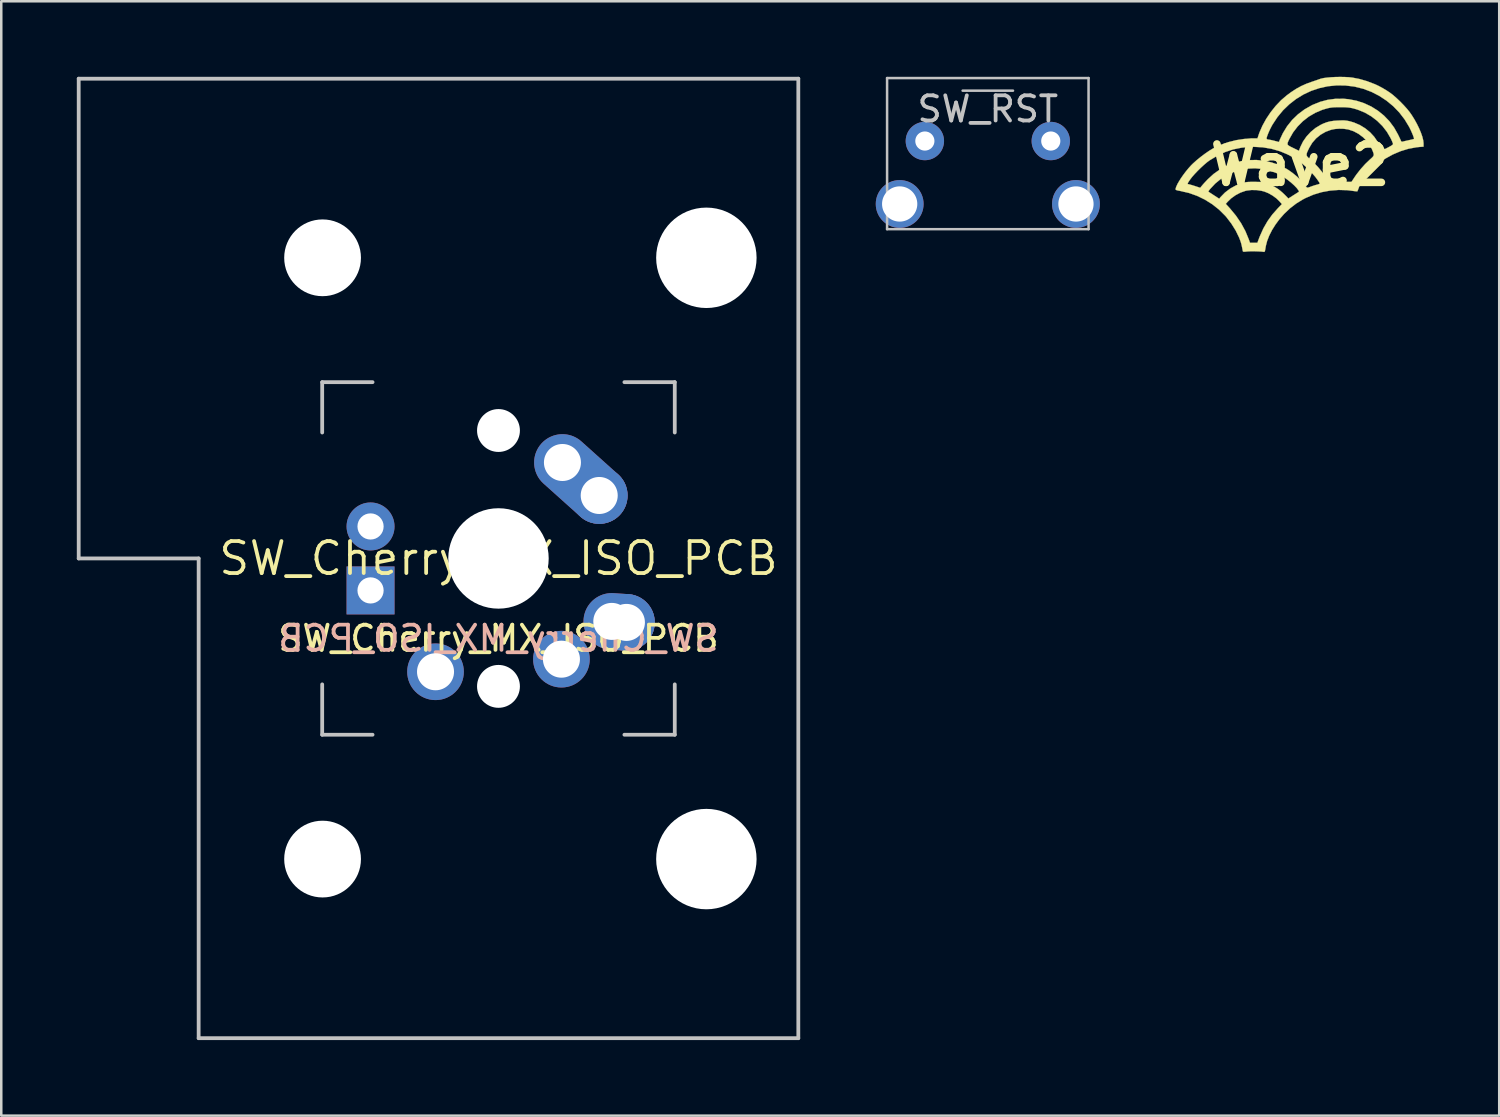
<source format=kicad_pcb>
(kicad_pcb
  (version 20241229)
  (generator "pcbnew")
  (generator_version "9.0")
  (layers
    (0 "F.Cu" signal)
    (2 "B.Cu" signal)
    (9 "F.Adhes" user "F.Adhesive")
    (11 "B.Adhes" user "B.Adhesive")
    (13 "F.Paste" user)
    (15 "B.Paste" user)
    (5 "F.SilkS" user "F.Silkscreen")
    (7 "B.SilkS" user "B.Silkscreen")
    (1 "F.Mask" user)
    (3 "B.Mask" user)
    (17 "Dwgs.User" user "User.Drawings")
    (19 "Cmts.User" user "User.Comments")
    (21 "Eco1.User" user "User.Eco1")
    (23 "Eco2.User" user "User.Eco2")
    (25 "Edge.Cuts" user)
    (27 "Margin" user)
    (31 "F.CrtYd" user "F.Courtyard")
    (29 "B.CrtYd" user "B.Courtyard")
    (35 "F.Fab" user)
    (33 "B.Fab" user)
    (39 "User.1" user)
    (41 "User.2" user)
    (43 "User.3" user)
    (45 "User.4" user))
  (footprint "SW_RST"
    (layer "F.Cu")
    (at 36.175 2.55)
    (property "Reference" "SW_RST" (at 0 -1.27 0) (layer "Dwgs.User") (effects (font (size 1 1) (thickness 0.15))))
    (attr through_hole)
    (fp_line (start -4 -2.5) (end -4 3.5) (stroke (width 0.1) (type solid)) (layer "Dwgs.User"))
    (fp_line (start -4 -2.5) (end 4 -2.5) (stroke (width 0.1) (type solid)) (layer "Dwgs.User"))
    (fp_line (start -4 3.5) (end 4 3.5) (stroke (width 0.1) (type solid)) (layer "Dwgs.User"))
    (fp_line (start -1 -2) (end 1 -2) (stroke (width 0.1) (type solid)) (layer "Dwgs.User"))
    (fp_line (start 4 3.5) (end 4 -2.5) (stroke (width 0.1) (type solid)) (layer "Dwgs.User"))
    (pad "1" thru_hole circle (at -2.5 0) (size 1.524 1.524) (drill 0.762) (layers "*.Cu" "*.Mask"))
    (pad "2" thru_hole circle (at 2.5 0) (size 1.524 1.524) (drill 0.762) (layers "*.Cu" "*.Mask"))
    (pad "3" thru_hole circle (at -3.5 2.5) (size 1.9 1.9) (drill 1.4) (layers "*.Cu" "*.Mask"))
    (pad "3" thru_hole circle (at 3.5 2.5) (size 1.9 1.9) (drill 1.4) (layers "*.Cu" "*.Mask")))
  (footprint "Wave2"
    (layer "F.Cu")
    (at 48.574 3.501)
    (property "Reference" "Wave2" (at 0 0 0) (layer "F.SilkS") (effects (font (size 1.524 1.524) (thickness 0.3))))
    (attr through_hole)
    (fp_poly (pts (xy 1.41 -3.493) (xy 1.237 -3.484) (xy 1.077 -3.47) (xy 0.939 -3.452) (xy 0.83 -3.428) (xy 0.776 -3.41) (xy 0.73 -3.393) (xy 0.656 -3.367) (xy 0.565 -3.336) (xy 0.475 -3.306) (xy 0.25 -3.225) (xy 0.043 -3.132) (xy -0.157 -3.022) (xy -0.361 -2.888) (xy -0.529 -2.764) (xy -0.753 -2.572) (xy -0.967 -2.347) (xy -1.166 -2.098) (xy -1.344 -1.833) (xy -1.495 -1.559) (xy -1.615 -1.284) (xy -1.647 -1.19) (xy -1.693 -1.051) (xy -1.902 -1.051) (xy -2.218 -1.034) (xy -2.538 -0.985) (xy -2.854 -0.906) (xy -3.154 -0.8) (xy -3.431 -0.67) (xy -3.461 -0.653) (xy -3.612 -0.561) (xy -3.777 -0.447) (xy -3.945 -0.321) (xy -4.106 -0.19) (xy -4.248 -0.063) (xy -4.327 0.015) (xy -4.434 0.134) (xy -4.54 0.264) (xy -4.641 0.398) (xy -4.733 0.531) (xy -4.813 0.659) (xy -4.877 0.774) (xy -4.921 0.872) (xy -4.943 0.947) (xy -4.944 0.964) (xy -4.937 0.982) (xy -4.911 0.997) (xy -4.861 1.012) (xy -4.778 1.028) (xy -4.741 1.035) (xy -4.41 1.112) (xy -4.087 1.227) (xy -3.778 1.377) (xy -3.486 1.56) (xy -3.217 1.773) (xy -2.976 2.012) (xy -2.926 2.069) (xy -2.726 2.331) (xy -2.556 2.604) (xy -2.421 2.881) (xy -2.384 2.977) (xy -2.358 3.05) (xy -2.336 3.123) (xy -2.316 3.205) (xy -2.295 3.308) (xy -2.275 3.411) (xy -2.269 3.432) (xy -2.253 3.443) (xy -2.22 3.445) (xy -2.16 3.441) (xy -2.107 3.435) (xy -2.034 3.43) (xy -1.938 3.427) (xy -1.83 3.427) (xy -1.718 3.43) (xy -1.612 3.434) (xy -1.522 3.44) (xy -1.457 3.447) (xy -1.432 3.453) (xy -1.408 3.444) (xy -1.393 3.406) (xy -1.383 3.354) (xy -1.37 3.28) (xy -1.359 3.215) (xy -1.308 3.016) (xy -1.225 2.804) (xy -1.114 2.585) (xy -0.976 2.365) (xy -0.818 2.152) (xy -0.641 1.951) (xy -0.63 1.939) (xy -0.398 1.719) (xy -0.182 1.553) (xy -0.721 1.553) (xy -0.882 1.719) (xy -1.105 1.971) (xy -1.295 2.236) (xy -1.459 2.522) (xy -1.6 2.837) (xy -1.628 2.91) (xy -1.696 3.09) (xy -1.988 3.09) (xy -2.038 2.951) (xy -2.172 2.626) (xy -2.341 2.314) (xy -2.547 2.012) (xy -2.791 1.717) (xy -2.822 1.684) (xy -2.95 1.545) (xy -2.883 1.468) (xy -2.736 1.325) (xy -2.562 1.2) (xy -2.371 1.099) (xy -2.175 1.03) (xy -2.122 1.017) (xy -1.932 0.994) (xy -1.728 0.997) (xy -1.527 1.027) (xy -1.411 1.058) (xy -1.248 1.125) (xy -1.084 1.22) (xy -0.934 1.331) (xy -0.826 1.436) (xy -0.721 1.553) (xy -0.182 1.553) (xy -0.155 1.532) (xy 0.108 1.37) (xy 0.225 1.309) (xy 0.53 1.178) (xy 0.854 1.08) (xy 0.961 1.06) (xy -0.045 1.06) (xy -0.066 1.078) (xy -0.069 1.08) (xy -0.102 1.1) (xy -0.16 1.137) (xy -0.234 1.184) (xy -0.285 1.216) (xy -0.464 1.331) (xy -0.608 1.184) (xy -0.687 1.108) (xy -0.773 1.033) (xy -0.851 0.971) (xy -0.876 0.954) (xy -0.987 0.883) (xy -1.086 0.828) (xy -1.192 0.782) (xy -1.319 0.737) (xy -1.339 0.73) (xy -1.412 0.707) (xy -1.475 0.691) (xy -1.539 0.68) (xy -1.614 0.674) (xy -1.71 0.672) (xy -1.823 0.671) (xy -1.953 0.671) (xy -2.053 0.674) (xy -2.132 0.681) (xy -2.202 0.693) (xy -2.272 0.71) (xy -2.292 0.716) (xy -2.542 0.809) (xy -2.773 0.936) (xy -2.981 1.094) (xy -3.156 1.273) (xy -3.211 1.34) (xy -3.424 1.202) (xy -3.506 1.148) (xy -3.574 1.104) (xy -3.623 1.072) (xy -3.644 1.058) (xy -3.644 1.058) (xy -3.636 1.04) (xy -3.609 1) (xy -3.576 0.958) (xy -3.37 0.738) (xy -3.141 0.551) (xy -2.894 0.397) (xy -2.631 0.277) (xy -2.356 0.193) (xy -2.073 0.144) (xy -1.785 0.132) (xy -1.495 0.158) (xy -1.208 0.222) (xy -0.926 0.326) (xy -0.917 0.329) (xy -0.782 0.399) (xy -0.638 0.488) (xy -0.493 0.59) (xy -0.355 0.7) (xy -0.232 0.811) (xy -0.132 0.916) (xy -0.071 0.997) (xy -0.046 1.039) (xy -0.045 1.06) (xy 0.961 1.06) (xy 1.19 1.018) (xy 1.53 0.991) (xy 1.867 1.001) (xy 2.018 1.019) (xy 2.114 1.032) (xy 2.194 1.042) (xy 2.251 1.047) (xy 2.275 1.048) (xy 2.275 1.047) (xy 2.284 1.026) (xy 2.304 0.976) (xy 2.331 0.906) (xy 2.338 0.886) (xy 2.378 0.789) (xy 2.405 0.736) (xy 0.783 0.736) (xy 0.765 0.751) (xy 0.718 0.769) (xy 0.675 0.781) (xy 0.593 0.803) (xy 0.499 0.834) (xy 0.443 0.854) (xy 0.363 0.884) (xy 0.312 0.899) (xy 0.281 0.899) (xy 0.259 0.884) (xy 0.24 0.857) (xy 0.143 0.729) (xy 0.016 0.591) (xy -0.131 0.453) (xy -0.291 0.322) (xy -0.453 0.206) (xy -0.54 0.152) (xy -0.823 0.009) (xy -1.118 -0.097) (xy -1.419 -0.166) (xy -1.724 -0.198) (xy -2.029 -0.194) (xy -2.331 -0.154) (xy -2.626 -0.078) (xy -2.91 0.032) (xy -3.181 0.177) (xy -3.433 0.356) (xy -3.661 0.564) (xy -3.735 0.642) (xy -3.807 0.719) (xy -3.866 0.785) (xy -3.894 0.819) (xy -3.966 0.906) (xy -4.186 0.834) (xy -4.278 0.805) (xy -4.357 0.782) (xy -4.414 0.767) (xy -4.439 0.762) (xy -4.46 0.759) (xy -4.466 0.744) (xy -4.454 0.713) (xy -4.422 0.66) (xy -4.368 0.58) (xy -4.364 0.575) (xy -4.287 0.474) (xy -4.184 0.357) (xy -4.065 0.232) (xy -3.938 0.107) (xy -3.81 -0.01) (xy -3.691 -0.111) (xy -3.588 -0.187) (xy -3.584 -0.189) (xy -3.278 -0.372) (xy -2.969 -0.516) (xy -2.652 -0.62) (xy -2.323 -0.687) (xy -1.979 -0.718) (xy -1.841 -0.721) (xy -1.481 -0.701) (xy -1.132 -0.642) (xy -0.797 -0.545) (xy -0.477 -0.412) (xy -0.175 -0.242) (xy 0.107 -0.038) (xy 0.367 0.199) (xy 0.603 0.469) (xy 0.687 0.582) (xy 0.732 0.647) (xy 0.766 0.7) (xy 0.782 0.732) (xy 0.783 0.736) (xy 2.405 0.736) (xy 2.422 0.701) (xy 2.478 0.612) (xy 2.551 0.512) (xy 2.639 0.4) (xy 2.861 0.158) (xy 3.112 -0.061) (xy 3.386 -0.253) (xy 3.63 -0.388) (xy 2.924 -0.388) (xy 2.902 -0.341) (xy 2.855 -0.29) (xy 2.78 -0.222) (xy 2.774 -0.217) (xy 2.588 -0.039) (xy 2.405 0.165) (xy 2.237 0.38) (xy 2.172 0.474) (xy 2.042 0.67) (xy 1.143 0.67) (xy 1.011 0.47) (xy 0.871 0.274) (xy 0.711 0.081) (xy 0.543 -0.096) (xy 0.402 -0.226) (xy 0.333 -0.285) (xy 0.287 -0.332) (xy 0.262 -0.375) (xy 0.257 -0.422) (xy 0.272 -0.483) (xy 0.307 -0.563) (xy 0.36 -0.673) (xy 0.363 -0.68) (xy 0.483 -0.88) (xy 0.635 -1.055) (xy 0.814 -1.202) (xy 1.016 -1.318) (xy 1.236 -1.399) (xy 1.386 -1.429) (xy 1.557 -1.441) (xy 1.731 -1.437) (xy 1.89 -1.415) (xy 1.916 -1.41) (xy 2.126 -1.34) (xy 2.324 -1.234) (xy 2.505 -1.098) (xy 2.662 -0.935) (xy 2.79 -0.752) (xy 2.862 -0.608) (xy 2.901 -0.511) (xy 2.923 -0.441) (xy 2.924 -0.388) (xy 3.63 -0.388) (xy 3.68 -0.416) (xy 3.988 -0.547) (xy 4.304 -0.644) (xy 4.624 -0.703) (xy 4.742 -0.715) (xy 4.903 -0.727) (xy 4.903 -0.838) (xy 3.691 -0.838) (xy 3.686 -0.817) (xy 3.659 -0.791) (xy 3.607 -0.757) (xy 3.524 -0.711) (xy 3.471 -0.683) (xy 3.384 -0.639) (xy 3.311 -0.603) (xy 3.259 -0.58) (xy 3.235 -0.572) (xy 3.235 -0.572) (xy 3.223 -0.594) (xy 3.203 -0.643) (xy 3.181 -0.701) (xy 3.081 -0.917) (xy 2.947 -1.116) (xy 2.781 -1.297) (xy 2.589 -1.454) (xy 2.375 -1.585) (xy 2.143 -1.685) (xy 1.988 -1.731) (xy 1.904 -1.75) (xy 1.83 -1.762) (xy 1.755 -1.769) (xy 1.665 -1.77) (xy 1.548 -1.766) (xy 1.525 -1.766) (xy 1.348 -1.754) (xy 1.198 -1.732) (xy 1.063 -1.697) (xy 0.928 -1.646) (xy 0.824 -1.596) (xy 0.614 -1.47) (xy 0.423 -1.312) (xy 0.255 -1.13) (xy 0.116 -0.929) (xy 0.012 -0.716) (xy 0.001 -0.687) (xy -0.044 -0.563) (xy -0.279 -0.678) (xy -0.381 -0.728) (xy -0.45 -0.767) (xy -0.489 -0.802) (xy -0.501 -0.841) (xy -0.49 -0.893) (xy -0.458 -0.966) (xy -0.422 -1.04) (xy -0.276 -1.296) (xy -0.096 -1.53) (xy 0.112 -1.739) (xy 0.346 -1.921) (xy 0.602 -2.071) (xy 0.876 -2.188) (xy 1.041 -2.238) (xy 1.127 -2.26) (xy 1.204 -2.275) (xy 1.282 -2.285) (xy 1.373 -2.291) (xy 1.486 -2.294) (xy 1.576 -2.295) (xy 1.733 -2.294) (xy 1.862 -2.288) (xy 1.972 -2.276) (xy 2.078 -2.256) (xy 2.189 -2.226) (xy 2.307 -2.189) (xy 2.576 -2.078) (xy 2.829 -1.931) (xy 3.062 -1.753) (xy 3.27 -1.547) (xy 3.449 -1.316) (xy 3.595 -1.066) (xy 3.614 -1.026) (xy 3.649 -0.951) (xy 3.675 -0.886) (xy 3.69 -0.843) (xy 3.691 -0.838) (xy 4.903 -0.838) (xy 4.903 -0.864) (xy 4.89 -0.98) (xy 4.876 -1.035) (xy 4.524 -1.035) (xy 4.5 -1.027) (xy 4.446 -1.013) (xy 4.371 -0.995) (xy 4.332 -0.987) (xy 4.242 -0.967) (xy 4.161 -0.949) (xy 4.102 -0.934) (xy 4.089 -0.931) (xy 4.044 -0.922) (xy 4.019 -0.936) (xy 4.009 -0.956) (xy 3.993 -0.991) (xy 3.964 -1.054) (xy 3.925 -1.136) (xy 3.888 -1.212) (xy 3.733 -1.487) (xy 3.546 -1.738) (xy 3.331 -1.961) (xy 3.09 -2.156) (xy 2.827 -2.321) (xy 2.544 -2.452) (xy 2.245 -2.55) (xy 1.931 -2.611) (xy 1.729 -2.63) (xy 1.407 -2.628) (xy 1.096 -2.587) (xy 0.792 -2.506) (xy 0.494 -2.385) (xy 0.464 -2.37) (xy 0.176 -2.206) (xy -0.083 -2.012) (xy -0.314 -1.789) (xy -0.514 -1.539) (xy -0.683 -1.262) (xy -0.797 -1.018) (xy -0.839 -0.913) (xy -1.022 -0.96) (xy -1.111 -0.982) (xy -1.19 -0.998) (xy -1.248 -1.007) (xy -1.262 -1.008) (xy -1.308 -1.019) (xy -1.331 -1.039) (xy -1.329 -1.074) (xy -1.31 -1.137) (xy -1.279 -1.222) (xy -1.238 -1.32) (xy -1.19 -1.424) (xy -1.138 -1.525) (xy -1.099 -1.597) (xy -0.901 -1.898) (xy -0.677 -2.17) (xy -0.427 -2.411) (xy -0.155 -2.622) (xy 0.136 -2.8) (xy 0.444 -2.944) (xy 0.767 -3.052) (xy 1.101 -3.125) (xy 1.444 -3.16) (xy 1.794 -3.157) (xy 2.148 -3.114) (xy 2.179 -3.108) (xy 2.514 -3.024) (xy 2.837 -2.902) (xy 3.145 -2.744) (xy 3.433 -2.554) (xy 3.699 -2.334) (xy 3.939 -2.086) (xy 4.15 -1.812) (xy 4.33 -1.515) (xy 4.357 -1.463) (xy 4.402 -1.369) (xy 4.444 -1.274) (xy 4.481 -1.185) (xy 4.508 -1.11) (xy 4.523 -1.058) (xy 4.524 -1.035) (xy 4.876 -1.035) (xy 4.855 -1.122) (xy 4.799 -1.282) (xy 4.726 -1.455) (xy 4.639 -1.633) (xy 4.541 -1.81) (xy 4.435 -1.98) (xy 4.348 -2.104) (xy 4.244 -2.232) (xy 4.116 -2.374) (xy 3.974 -2.52) (xy 3.826 -2.66) (xy 3.683 -2.785) (xy 3.68 -2.787) (xy 3.566 -2.873) (xy 3.426 -2.965) (xy 3.272 -3.057) (xy 3.119 -3.139) (xy 2.978 -3.205) (xy 2.975 -3.206) (xy 2.657 -3.328) (xy 2.357 -3.415) (xy 2.078 -3.469) (xy 1.947 -3.484) (xy 1.773 -3.493) (xy 1.592 -3.496) (xy 1.41 -3.493)) (stroke (width 0.01) (type solid)) (fill yes) (layer "F.SilkS")))
  (footprint "SW_Cherry_MX_ISO_PCB"
    (layer "F.Cu")
    (at 16.744 19.125)
    (property "Reference" "SW_Cherry_MX_ISO_PCB" (at 0 0 0) (layer "F.SilkS") (effects (font (size 1.27 1.27) (thickness 0.15))))
    (attr through_hole)
    (fp_line (start -16.669 -19.05) (end -16.669 0) (stroke (width 0.15) (type solid)) (layer "Dwgs.User"))
    (fp_line (start -16.669 -19.05) (end 11.906 -19.05) (stroke (width 0.15) (type solid)) (layer "Dwgs.User"))
    (fp_line (start -11.906 0) (end -16.669 0) (stroke (width 0.15) (type solid)) (layer "Dwgs.User"))
    (fp_line (start -11.906 19.05) (end -11.906 0) (stroke (width 0.15) (type solid)) (layer "Dwgs.User"))
    (fp_line (start -11.906 19.05) (end 11.906 19.05) (stroke (width 0.15) (type solid)) (layer "Dwgs.User"))
    (fp_line (start -7 -7) (end -7 -5) (stroke (width 0.15) (type solid)) (layer "Dwgs.User"))
    (fp_line (start -7 5) (end -7 7) (stroke (width 0.15) (type solid)) (layer "Dwgs.User"))
    (fp_line (start -7 7) (end -5 7) (stroke (width 0.15) (type solid)) (layer "Dwgs.User"))
    (fp_line (start -5 -7) (end -7 -7) (stroke (width 0.15) (type solid)) (layer "Dwgs.User"))
    (fp_line (start 5 -7) (end 7 -7) (stroke (width 0.15) (type solid)) (layer "Dwgs.User"))
    (fp_line (start 5 7) (end 7 7) (stroke (width 0.15) (type solid)) (layer "Dwgs.User"))
    (fp_line (start 7 -7) (end 7 -5) (stroke (width 0.15) (type solid)) (layer "Dwgs.User"))
    (fp_line (start 7 7) (end 7 5) (stroke (width 0.15) (type solid)) (layer "Dwgs.User"))
    (fp_line (start 11.906 -19.05) (end 11.906 19.05) (stroke (width 0.15) (type solid)) (layer "Dwgs.User"))
    (fp_text user "${REFERENCE}" (at 0 3.175 0) (layer "F.SilkS") (effects (font (size 1 1) (thickness 0.15))))
    (fp_text user "${REFERENCE}" (at 0 3.175 0) (layer "B.SilkS") (effects (font (size 1 1) (thickness 0.15)) (justify mirror)))
    (pad "" np_thru_hole circle (at -6.985 -11.938) (size 3.048 3.048) (drill 3.048) (layers "*.Cu" "*.Mask"))
    (pad "" np_thru_hole circle (at -6.985 11.938) (size 3.048 3.048) (drill 3.048) (layers "*.Cu" "*.Mask"))
    (pad "" np_thru_hole circle (at 0 -5.08 48.1) (size 1.702 1.702) (drill 1.702) (layers "*.Cu" "*.Mask"))
    (pad "" np_thru_hole circle (at 0 0) (size 3.988 3.988) (drill 3.988) (layers "*.Cu" "*.Mask"))
    (pad "" np_thru_hole circle (at 0 5.08 48.1) (size 1.702 1.702) (drill 1.702) (layers "*.Cu" "*.Mask"))
    (pad "" np_thru_hole circle (at 8.255 -11.938) (size 3.988 3.988) (drill 3.988) (layers "*.Cu" "*.Mask"))
    (pad "" np_thru_hole circle (at 8.255 11.938) (size 3.988 3.988) (drill 3.988) (layers "*.Cu" "*.Mask"))
    (pad "1" thru_hole circle (at 2.5 4) (size 2.25 2.25) (drill 1.47) (layers "*.Cu" "B.Mask"))
    (pad "1" thru_hole oval (at 4.5 2.5 356.055) (size 2.831 2.25) (drill 1.47 (offset 0.291 0)) (layers "*.Cu" "B.Mask"))
    (pad "1" thru_hole circle (at 5.08 2.54) (size 2.25 2.25) (drill 1.47) (layers "*.Cu" "B.Mask"))
    (pad "2" thru_hole circle (at -2.5 4.5) (size 2.25 2.25) (drill 1.47) (layers "*.Cu" "B.Mask"))
    (pad "2" thru_hole oval (at 2.54 -3.81 318.1) (size 4.212 2.25) (drill 1.47 (offset 0.981 0)) (layers "*.Cu" "B.Mask"))
    (pad "2" thru_hole circle (at 4 -2.5) (size 2.25 2.25) (drill 1.47) (layers "*.Cu" "B.Mask"))
    (pad "3" thru_hole circle (at -5.08 -1.27) (size 1.905 1.905) (drill 1.04) (layers "*.Cu" "B.Mask"))
    (pad "4" thru_hole rect (at -5.08 1.27) (size 1.905 1.905) (drill 1.04) (layers "*.Cu" "B.Mask")))
  (gr_rect
    (start -3 -3)
    (end 56.482 41.25)
    (stroke (width 0.1) (type default))
    (fill no)
    (layer "Edge.Cuts")))
</source>
